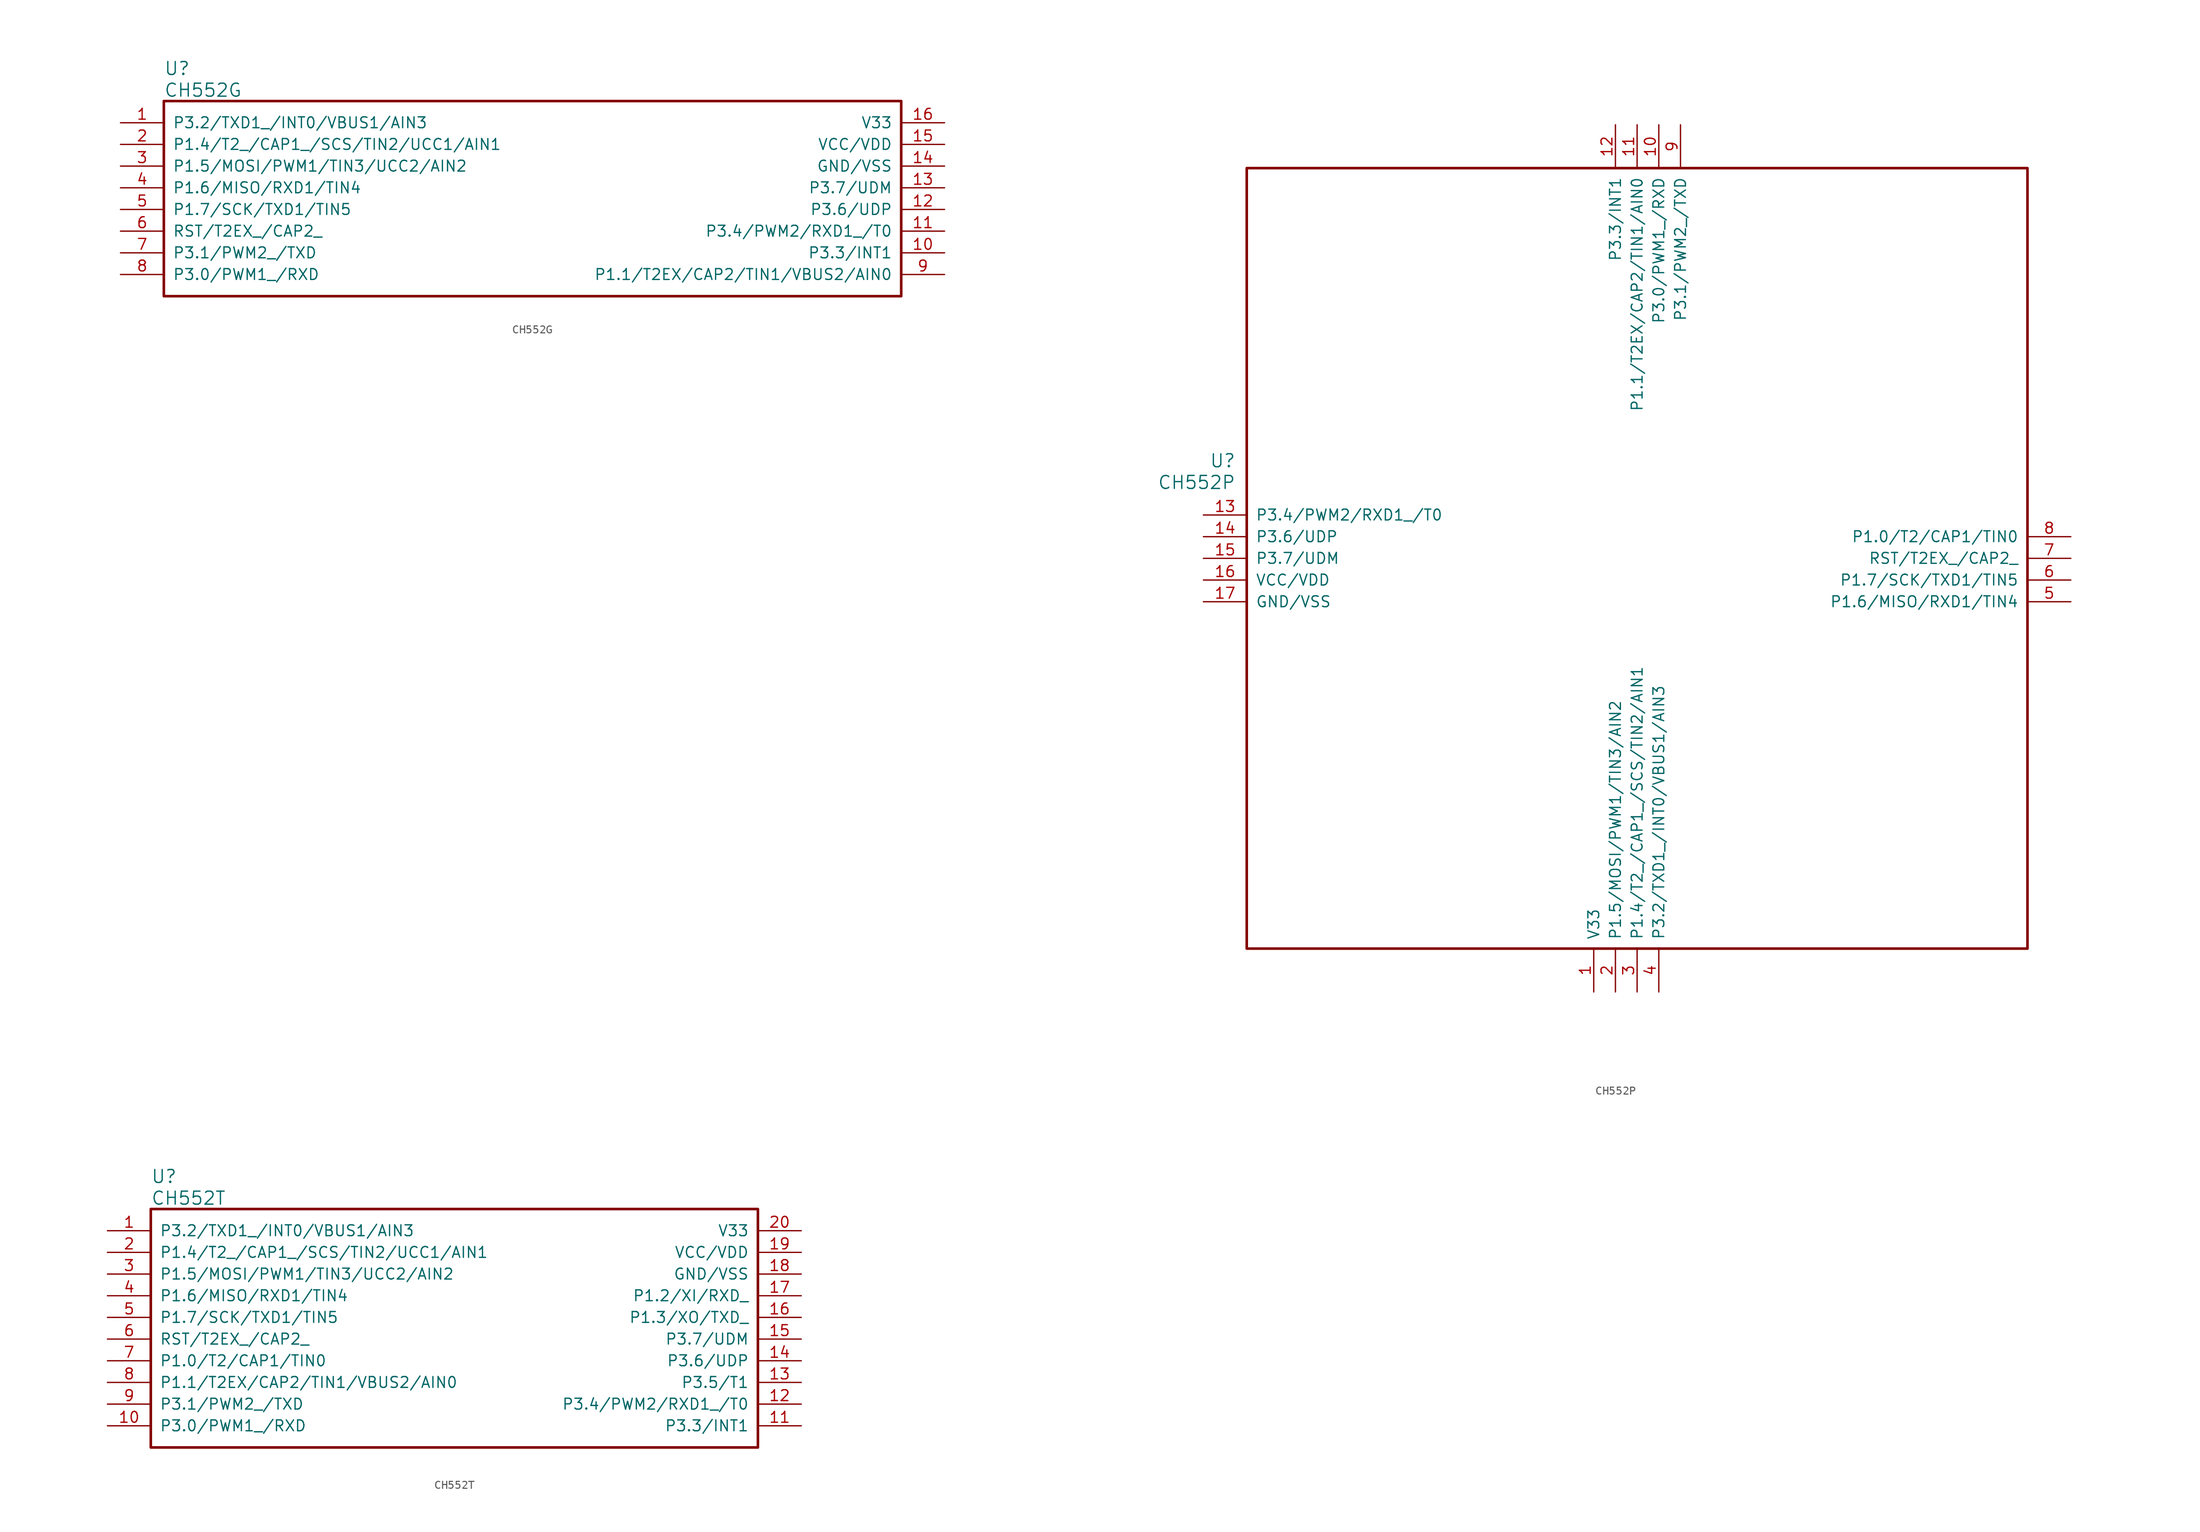
<source format=kicad_sym>
(kicad_symbol_lib
  (version 20240819)
  (generator "kicad_symbol_editor")
  (generator_version "8.99")
  (symbol "CH552G"
    (pin_names
      (offset 1.016))
    (property "Reference" "U"
      (at 5.08 6.35 0)
      (effects (font (size 1.524 1.524)) (justify left)))
    (property "Value" "CH552G"
      (at 5.08 3.81 0)
      (effects (font (size 1.524 1.524)) (justify left)))
    (property "ki_locked" ""
      (at 0 0 0)
      (effects (font (size 1.27 1.27))))
    (symbol "CH552G_1_1"
      (rectangle (start 5.08 2.54) (end 91.44 -20.32) (stroke (width 0.305) (type solid)) (fill (type none)))
      (pin bidirectional line (at 0 0 0) (length 5.08) (name "P3.2/TXD1_/INT0/VBUS1/AIN3" (effects (font (size 1.27 1.27)))) (number "1" (effects (font (size 1.27 1.27)))))
      (pin bidirectional line (at 0 -2.54 0) (length 5.08) (name "P1.4/T2_/CAP1_/SCS/TIN2/UCC1/AIN1" (effects (font (size 1.27 1.27)))) (number "2" (effects (font (size 1.27 1.27)))))
      (pin bidirectional line (at 0 -5.08 0) (length 5.08) (name "P1.5/MOSI/PWM1/TIN3/UCC2/AIN2" (effects (font (size 1.27 1.27)))) (number "3" (effects (font (size 1.27 1.27)))))
      (pin bidirectional line (at 0 -7.62 0) (length 5.08) (name "P1.6/MISO/RXD1/TIN4" (effects (font (size 1.27 1.27)))) (number "4" (effects (font (size 1.27 1.27)))))
      (pin bidirectional line (at 0 -10.16 0) (length 5.08) (name "P1.7/SCK/TXD1/TIN5" (effects (font (size 1.27 1.27)))) (number "5" (effects (font (size 1.27 1.27)))))
      (pin bidirectional line (at 0 -12.7 0) (length 5.08) (name "RST/T2EX_/CAP2_" (effects (font (size 1.27 1.27)))) (number "6" (effects (font (size 1.27 1.27)))))
      (pin bidirectional line (at 0 -15.24 0) (length 5.08) (name "P3.1/PWM2_/TXD" (effects (font (size 1.27 1.27)))) (number "7" (effects (font (size 1.27 1.27)))))
      (pin bidirectional line (at 0 -17.78 0) (length 5.08) (name "P3.0/PWM1_/RXD" (effects (font (size 1.27 1.27)))) (number "8" (effects (font (size 1.27 1.27)))))
      (pin power_in line (at 96.52 0 180) (length 5.08) (name "V33" (effects (font (size 1.27 1.27)))) (number "16" (effects (font (size 1.27 1.27)))))
      (pin power_in line (at 96.52 -2.54 180) (length 5.08) (name "VCC/VDD" (effects (font (size 1.27 1.27)))) (number "15" (effects (font (size 1.27 1.27)))))
      (pin power_in line (at 96.52 -5.08 180) (length 5.08) (name "GND/VSS" (effects (font (size 1.27 1.27)))) (number "14" (effects (font (size 1.27 1.27)))))
      (pin bidirectional line (at 96.52 -7.62 180) (length 5.08) (name "P3.7/UDM" (effects (font (size 1.27 1.27)))) (number "13" (effects (font (size 1.27 1.27)))))
      (pin bidirectional line (at 96.52 -10.16 180) (length 5.08) (name "P3.6/UDP" (effects (font (size 1.27 1.27)))) (number "12" (effects (font (size 1.27 1.27)))))
      (pin bidirectional line (at 96.52 -12.7 180) (length 5.08) (name "P3.4/PWM2/RXD1_/T0" (effects (font (size 1.27 1.27)))) (number "11" (effects (font (size 1.27 1.27)))))
      (pin bidirectional line (at 96.52 -15.24 180) (length 5.08) (name "P3.3/INT1" (effects (font (size 1.27 1.27)))) (number "10" (effects (font (size 1.27 1.27)))))
      (pin bidirectional line (at 96.52 -17.78 180) (length 5.08) (name "P1.1/T2EX/CAP2/TIN1/VBUS2/AIN0" (effects (font (size 1.27 1.27)))) (number "9" (effects (font (size 1.27 1.27)))))))
  (symbol "CH552P"
    (pin_names
      (offset 1.016))
    (property "Reference" "U"
      (at 3.81 6.35 0)
      (effects (font (size 1.524 1.524)) (justify right)))
    (property "Value" "CH552P"
      (at 3.81 3.81 0)
      (effects (font (size 1.524 1.524)) (justify right)))
    (property "ki_locked" ""
      (at 0 0 0)
      (effects (font (size 1.27 1.27))))
    (symbol "CH552P_1_1"
      (rectangle (start 5.08 40.64) (end 96.52 -50.8) (stroke (width 0.305) (type solid)) (fill (type none)))
      (pin bidirectional line (at 0 0 0) (length 5.08) (name "P3.4/PWM2/RXD1_/T0" (effects (font (size 1.27 1.27)))) (number "13" (effects (font (size 1.27 1.27)))))
      (pin bidirectional line (at 0 -2.54 0) (length 5.08) (name "P3.6/UDP" (effects (font (size 1.27 1.27)))) (number "14" (effects (font (size 1.27 1.27)))))
      (pin bidirectional line (at 0 -5.08 0) (length 5.08) (name "P3.7/UDM" (effects (font (size 1.27 1.27)))) (number "15" (effects (font (size 1.27 1.27)))))
      (pin power_in line (at 0 -7.62 0) (length 5.08) (name "VCC/VDD" (effects (font (size 1.27 1.27)))) (number "16" (effects (font (size 1.27 1.27)))))
      (pin power_in line (at 0 -10.16 0) (length 5.08) (name "GND/VSS" (effects (font (size 1.27 1.27)))) (number "17" (effects (font (size 1.27 1.27)))))
      (pin power_in line (at 45.72 -55.88 90) (length 5.08) (name "V33" (effects (font (size 1.27 1.27)))) (number "1" (effects (font (size 1.27 1.27)))))
      (pin bidirectional line (at 48.26 45.72 270) (length 5.08) (name "P3.3/INT1" (effects (font (size 1.27 1.27)))) (number "12" (effects (font (size 1.27 1.27)))))
      (pin bidirectional line (at 48.26 -55.88 90) (length 5.08) (name "P1.5/MOSI/PWM1/TIN3/AIN2" (effects (font (size 1.27 1.27)))) (number "2" (effects (font (size 1.27 1.27)))))
      (pin bidirectional line (at 50.8 45.72 270) (length 5.08) (name "P1.1/T2EX/CAP2/TIN1/AIN0" (effects (font (size 1.27 1.27)))) (number "11" (effects (font (size 1.27 1.27)))))
      (pin bidirectional line (at 50.8 -55.88 90) (length 5.08) (name "P1.4/T2_/CAP1_/SCS/TIN2/AIN1" (effects (font (size 1.27 1.27)))) (number "3" (effects (font (size 1.27 1.27)))))
      (pin bidirectional line (at 53.34 45.72 270) (length 5.08) (name "P3.0/PWM1_/RXD" (effects (font (size 1.27 1.27)))) (number "10" (effects (font (size 1.27 1.27)))))
      (pin bidirectional line (at 53.34 -55.88 90) (length 5.08) (name "P3.2/TXD1_/INT0/VBUS1/AIN3" (effects (font (size 1.27 1.27)))) (number "4" (effects (font (size 1.27 1.27)))))
      (pin bidirectional line (at 55.88 45.72 270) (length 5.08) (name "P3.1/PWM2_/TXD" (effects (font (size 1.27 1.27)))) (number "9" (effects (font (size 1.27 1.27)))))
      (pin bidirectional line (at 101.6 -2.54 180) (length 5.08) (name "P1.0/T2/CAP1/TIN0" (effects (font (size 1.27 1.27)))) (number "8" (effects (font (size 1.27 1.27)))))
      (pin bidirectional line (at 101.6 -5.08 180) (length 5.08) (name "RST/T2EX_/CAP2_" (effects (font (size 1.27 1.27)))) (number "7" (effects (font (size 1.27 1.27)))))
      (pin bidirectional line (at 101.6 -7.62 180) (length 5.08) (name "P1.7/SCK/TXD1/TIN5" (effects (font (size 1.27 1.27)))) (number "6" (effects (font (size 1.27 1.27)))))
      (pin bidirectional line (at 101.6 -10.16 180) (length 5.08) (name "P1.6/MISO/RXD1/TIN4" (effects (font (size 1.27 1.27)))) (number "5" (effects (font (size 1.27 1.27)))))))
  (symbol "CH552T"
    (pin_names
      (offset 1.016))
    (property "Reference" "U"
      (at 5.08 6.35 0)
      (effects (font (size 1.524 1.524)) (justify left)))
    (property "Value" "CH552T"
      (at 5.08 3.81 0)
      (effects (font (size 1.524 1.524)) (justify left)))
    (property "ki_locked" ""
      (at 0 0 0)
      (effects (font (size 1.27 1.27))))
    (symbol "CH552T_1_1"
      (rectangle (start 5.08 2.54) (end 76.2 -25.4) (stroke (width 0.305) (type solid)) (fill (type none)))
      (pin bidirectional line (at 0 0 0) (length 5.08) (name "P3.2/TXD1_/INT0/VBUS1/AIN3" (effects (font (size 1.27 1.27)))) (number "1" (effects (font (size 1.27 1.27)))))
      (pin bidirectional line (at 0 -2.54 0) (length 5.08) (name "P1.4/T2_/CAP1_/SCS/TIN2/UCC1/AIN1" (effects (font (size 1.27 1.27)))) (number "2" (effects (font (size 1.27 1.27)))))
      (pin bidirectional line (at 0 -5.08 0) (length 5.08) (name "P1.5/MOSI/PWM1/TIN3/UCC2/AIN2" (effects (font (size 1.27 1.27)))) (number "3" (effects (font (size 1.27 1.27)))))
      (pin bidirectional line (at 0 -7.62 0) (length 5.08) (name "P1.6/MISO/RXD1/TIN4" (effects (font (size 1.27 1.27)))) (number "4" (effects (font (size 1.27 1.27)))))
      (pin bidirectional line (at 0 -10.16 0) (length 5.08) (name "P1.7/SCK/TXD1/TIN5" (effects (font (size 1.27 1.27)))) (number "5" (effects (font (size 1.27 1.27)))))
      (pin bidirectional line (at 0 -12.7 0) (length 5.08) (name "RST/T2EX_/CAP2_" (effects (font (size 1.27 1.27)))) (number "6" (effects (font (size 1.27 1.27)))))
      (pin bidirectional line (at 0 -15.24 0) (length 5.08) (name "P1.0/T2/CAP1/TIN0" (effects (font (size 1.27 1.27)))) (number "7" (effects (font (size 1.27 1.27)))))
      (pin bidirectional line (at 0 -17.78 0) (length 5.08) (name "P1.1/T2EX/CAP2/TIN1/VBUS2/AIN0" (effects (font (size 1.27 1.27)))) (number "8" (effects (font (size 1.27 1.27)))))
      (pin bidirectional line (at 0 -20.32 0) (length 5.08) (name "P3.1/PWM2_/TXD" (effects (font (size 1.27 1.27)))) (number "9" (effects (font (size 1.27 1.27)))))
      (pin bidirectional line (at 0 -22.86 0) (length 5.08) (name "P3.0/PWM1_/RXD" (effects (font (size 1.27 1.27)))) (number "10" (effects (font (size 1.27 1.27)))))
      (pin power_in line (at 81.28 0 180) (length 5.08) (name "V33" (effects (font (size 1.27 1.27)))) (number "20" (effects (font (size 1.27 1.27)))))
      (pin power_in line (at 81.28 -2.54 180) (length 5.08) (name "VCC/VDD" (effects (font (size 1.27 1.27)))) (number "19" (effects (font (size 1.27 1.27)))))
      (pin power_in line (at 81.28 -5.08 180) (length 5.08) (name "GND/VSS" (effects (font (size 1.27 1.27)))) (number "18" (effects (font (size 1.27 1.27)))))
      (pin bidirectional line (at 81.28 -7.62 180) (length 5.08) (name "P1.2/XI/RXD_" (effects (font (size 1.27 1.27)))) (number "17" (effects (font (size 1.27 1.27)))))
      (pin bidirectional line (at 81.28 -10.16 180) (length 5.08) (name "P1.3/XO/TXD_" (effects (font (size 1.27 1.27)))) (number "16" (effects (font (size 1.27 1.27)))))
      (pin bidirectional line (at 81.28 -12.7 180) (length 5.08) (name "P3.7/UDM" (effects (font (size 1.27 1.27)))) (number "15" (effects (font (size 1.27 1.27)))))
      (pin bidirectional line (at 81.28 -15.24 180) (length 5.08) (name "P3.6/UDP" (effects (font (size 1.27 1.27)))) (number "14" (effects (font (size 1.27 1.27)))))
      (pin bidirectional line (at 81.28 -17.78 180) (length 5.08) (name "P3.5/T1" (effects (font (size 1.27 1.27)))) (number "13" (effects (font (size 1.27 1.27)))))
      (pin bidirectional line (at 81.28 -20.32 180) (length 5.08) (name "P3.4/PWM2/RXD1_/T0" (effects (font (size 1.27 1.27)))) (number "12" (effects (font (size 1.27 1.27)))))
      (pin bidirectional line (at 81.28 -22.86 180) (length 5.08) (name "P3.3/INT1" (effects (font (size 1.27 1.27)))) (number "11" (effects (font (size 1.27 1.27))))))))
</source>
